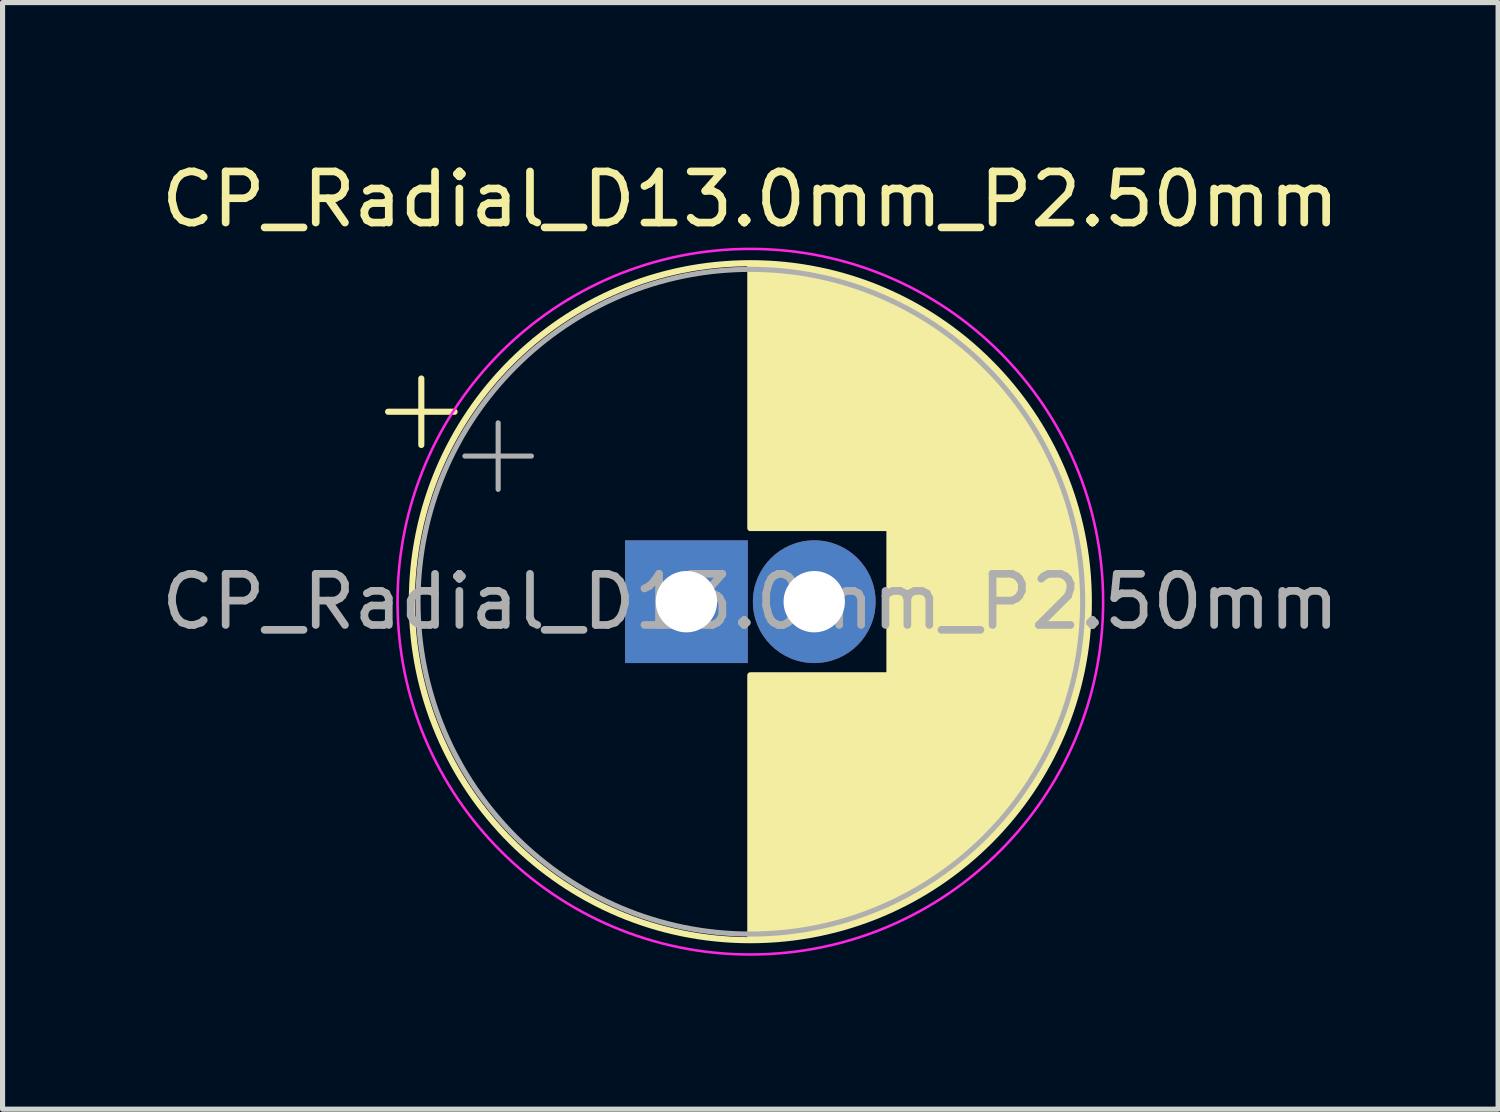
<source format=kicad_pcb>
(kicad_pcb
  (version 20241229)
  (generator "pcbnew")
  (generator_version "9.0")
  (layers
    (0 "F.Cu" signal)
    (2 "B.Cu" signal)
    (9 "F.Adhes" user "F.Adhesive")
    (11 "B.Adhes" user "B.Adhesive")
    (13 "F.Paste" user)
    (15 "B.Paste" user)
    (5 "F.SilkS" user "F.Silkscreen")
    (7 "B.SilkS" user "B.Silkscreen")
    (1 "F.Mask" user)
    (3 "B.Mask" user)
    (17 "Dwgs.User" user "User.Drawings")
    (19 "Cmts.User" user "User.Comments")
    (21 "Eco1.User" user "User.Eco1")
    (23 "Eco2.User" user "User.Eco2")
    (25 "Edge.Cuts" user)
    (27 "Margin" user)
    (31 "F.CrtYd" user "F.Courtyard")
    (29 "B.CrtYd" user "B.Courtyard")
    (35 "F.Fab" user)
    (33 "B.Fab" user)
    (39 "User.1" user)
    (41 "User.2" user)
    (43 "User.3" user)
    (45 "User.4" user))
  (footprint "CP_Radial_D13.0mm_P2.50mm"
    (layer "F.Cu")
    (at 10.375 8.718)
    (property "Reference" "CP_Radial_D13.0mm_P2.50mm" (at 1.25 -7.87 0) (layer "F.SilkS") (effects (font (size 1 1) (thickness 0.15))))
    (attr through_hole)
    (fp_line (start -5.835 -3.715) (end -4.535 -3.715) (stroke (width 0.12) (type solid)) (layer "F.SilkS"))
    (fp_line (start -5.185 -4.365) (end -5.185 -3.065) (stroke (width 0.12) (type solid)) (layer "F.SilkS"))
    (fp_line (start 1.25 -6.58) (end 1.25 -1.44) (stroke (width 0.12) (type solid)) (layer "F.SilkS"))
    (fp_line (start 1.25 1.44) (end 1.25 6.58) (stroke (width 0.12) (type solid)) (layer "F.SilkS"))
    (fp_line (start 1.29 -6.58) (end 1.29 -1.44) (stroke (width 0.12) (type solid)) (layer "F.SilkS"))
    (fp_line (start 1.29 1.44) (end 1.29 6.58) (stroke (width 0.12) (type solid)) (layer "F.SilkS"))
    (fp_line (start 1.33 -6.58) (end 1.33 -1.44) (stroke (width 0.12) (type solid)) (layer "F.SilkS"))
    (fp_line (start 1.33 1.44) (end 1.33 6.58) (stroke (width 0.12) (type solid)) (layer "F.SilkS"))
    (fp_line (start 1.37 -6.579) (end 1.37 -1.44) (stroke (width 0.12) (type solid)) (layer "F.SilkS"))
    (fp_line (start 1.37 1.44) (end 1.37 6.579) (stroke (width 0.12) (type solid)) (layer "F.SilkS"))
    (fp_line (start 1.41 -6.579) (end 1.41 -1.44) (stroke (width 0.12) (type solid)) (layer "F.SilkS"))
    (fp_line (start 1.41 1.44) (end 1.41 6.579) (stroke (width 0.12) (type solid)) (layer "F.SilkS"))
    (fp_line (start 1.45 -6.577) (end 1.45 -1.44) (stroke (width 0.12) (type solid)) (layer "F.SilkS"))
    (fp_line (start 1.45 1.44) (end 1.45 6.577) (stroke (width 0.12) (type solid)) (layer "F.SilkS"))
    (fp_line (start 1.49 -6.576) (end 1.49 -1.44) (stroke (width 0.12) (type solid)) (layer "F.SilkS"))
    (fp_line (start 1.49 1.44) (end 1.49 6.576) (stroke (width 0.12) (type solid)) (layer "F.SilkS"))
    (fp_line (start 1.53 -6.575) (end 1.53 -1.44) (stroke (width 0.12) (type solid)) (layer "F.SilkS"))
    (fp_line (start 1.53 1.44) (end 1.53 6.575) (stroke (width 0.12) (type solid)) (layer "F.SilkS"))
    (fp_line (start 1.57 -6.573) (end 1.57 -1.44) (stroke (width 0.12) (type solid)) (layer "F.SilkS"))
    (fp_line (start 1.57 1.44) (end 1.57 6.573) (stroke (width 0.12) (type solid)) (layer "F.SilkS"))
    (fp_line (start 1.61 -6.571) (end 1.61 -1.44) (stroke (width 0.12) (type solid)) (layer "F.SilkS"))
    (fp_line (start 1.61 1.44) (end 1.61 6.571) (stroke (width 0.12) (type solid)) (layer "F.SilkS"))
    (fp_line (start 1.65 -6.568) (end 1.65 -1.44) (stroke (width 0.12) (type solid)) (layer "F.SilkS"))
    (fp_line (start 1.65 1.44) (end 1.65 6.568) (stroke (width 0.12) (type solid)) (layer "F.SilkS"))
    (fp_line (start 1.69 -6.566) (end 1.69 -1.44) (stroke (width 0.12) (type solid)) (layer "F.SilkS"))
    (fp_line (start 1.69 1.44) (end 1.69 6.566) (stroke (width 0.12) (type solid)) (layer "F.SilkS"))
    (fp_line (start 1.73 -6.563) (end 1.73 -1.44) (stroke (width 0.12) (type solid)) (layer "F.SilkS"))
    (fp_line (start 1.73 1.44) (end 1.73 6.563) (stroke (width 0.12) (type solid)) (layer "F.SilkS"))
    (fp_line (start 1.77 -6.56) (end 1.77 -1.44) (stroke (width 0.12) (type solid)) (layer "F.SilkS"))
    (fp_line (start 1.77 1.44) (end 1.77 6.56) (stroke (width 0.12) (type solid)) (layer "F.SilkS"))
    (fp_line (start 1.81 -6.557) (end 1.81 -1.44) (stroke (width 0.12) (type solid)) (layer "F.SilkS"))
    (fp_line (start 1.81 1.44) (end 1.81 6.557) (stroke (width 0.12) (type solid)) (layer "F.SilkS"))
    (fp_line (start 1.85 -6.553) (end 1.85 -1.44) (stroke (width 0.12) (type solid)) (layer "F.SilkS"))
    (fp_line (start 1.85 1.44) (end 1.85 6.553) (stroke (width 0.12) (type solid)) (layer "F.SilkS"))
    (fp_line (start 1.89 -6.549) (end 1.89 -1.44) (stroke (width 0.12) (type solid)) (layer "F.SilkS"))
    (fp_line (start 1.89 1.44) (end 1.89 6.549) (stroke (width 0.12) (type solid)) (layer "F.SilkS"))
    (fp_line (start 1.93 -6.545) (end 1.93 -1.44) (stroke (width 0.12) (type solid)) (layer "F.SilkS"))
    (fp_line (start 1.93 1.44) (end 1.93 6.545) (stroke (width 0.12) (type solid)) (layer "F.SilkS"))
    (fp_line (start 1.971 -6.541) (end 1.971 -1.44) (stroke (width 0.12) (type solid)) (layer "F.SilkS"))
    (fp_line (start 1.971 1.44) (end 1.971 6.541) (stroke (width 0.12) (type solid)) (layer "F.SilkS"))
    (fp_line (start 2.011 -6.537) (end 2.011 -1.44) (stroke (width 0.12) (type solid)) (layer "F.SilkS"))
    (fp_line (start 2.011 1.44) (end 2.011 6.537) (stroke (width 0.12) (type solid)) (layer "F.SilkS"))
    (fp_line (start 2.051 -6.532) (end 2.051 -1.44) (stroke (width 0.12) (type solid)) (layer "F.SilkS"))
    (fp_line (start 2.051 1.44) (end 2.051 6.532) (stroke (width 0.12) (type solid)) (layer "F.SilkS"))
    (fp_line (start 2.091 -6.527) (end 2.091 -1.44) (stroke (width 0.12) (type solid)) (layer "F.SilkS"))
    (fp_line (start 2.091 1.44) (end 2.091 6.527) (stroke (width 0.12) (type solid)) (layer "F.SilkS"))
    (fp_line (start 2.131 -6.522) (end 2.131 -1.44) (stroke (width 0.12) (type solid)) (layer "F.SilkS"))
    (fp_line (start 2.131 1.44) (end 2.131 6.522) (stroke (width 0.12) (type solid)) (layer "F.SilkS"))
    (fp_line (start 2.171 -6.516) (end 2.171 -1.44) (stroke (width 0.12) (type solid)) (layer "F.SilkS"))
    (fp_line (start 2.171 1.44) (end 2.171 6.516) (stroke (width 0.12) (type solid)) (layer "F.SilkS"))
    (fp_line (start 2.211 -6.511) (end 2.211 -1.44) (stroke (width 0.12) (type solid)) (layer "F.SilkS"))
    (fp_line (start 2.211 1.44) (end 2.211 6.511) (stroke (width 0.12) (type solid)) (layer "F.SilkS"))
    (fp_line (start 2.251 -6.505) (end 2.251 -1.44) (stroke (width 0.12) (type solid)) (layer "F.SilkS"))
    (fp_line (start 2.251 1.44) (end 2.251 6.505) (stroke (width 0.12) (type solid)) (layer "F.SilkS"))
    (fp_line (start 2.291 -6.498) (end 2.291 -1.44) (stroke (width 0.12) (type solid)) (layer "F.SilkS"))
    (fp_line (start 2.291 1.44) (end 2.291 6.498) (stroke (width 0.12) (type solid)) (layer "F.SilkS"))
    (fp_line (start 2.331 -6.492) (end 2.331 -1.44) (stroke (width 0.12) (type solid)) (layer "F.SilkS"))
    (fp_line (start 2.331 1.44) (end 2.331 6.492) (stroke (width 0.12) (type solid)) (layer "F.SilkS"))
    (fp_line (start 2.371 -6.485) (end 2.371 -1.44) (stroke (width 0.12) (type solid)) (layer "F.SilkS"))
    (fp_line (start 2.371 1.44) (end 2.371 6.485) (stroke (width 0.12) (type solid)) (layer "F.SilkS"))
    (fp_line (start 2.411 -6.478) (end 2.411 -1.44) (stroke (width 0.12) (type solid)) (layer "F.SilkS"))
    (fp_line (start 2.411 1.44) (end 2.411 6.478) (stroke (width 0.12) (type solid)) (layer "F.SilkS"))
    (fp_line (start 2.451 -6.471) (end 2.451 -1.44) (stroke (width 0.12) (type solid)) (layer "F.SilkS"))
    (fp_line (start 2.451 1.44) (end 2.451 6.471) (stroke (width 0.12) (type solid)) (layer "F.SilkS"))
    (fp_line (start 2.491 -6.463) (end 2.491 -1.44) (stroke (width 0.12) (type solid)) (layer "F.SilkS"))
    (fp_line (start 2.491 1.44) (end 2.491 6.463) (stroke (width 0.12) (type solid)) (layer "F.SilkS"))
    (fp_line (start 2.531 -6.456) (end 2.531 -1.44) (stroke (width 0.12) (type solid)) (layer "F.SilkS"))
    (fp_line (start 2.531 1.44) (end 2.531 6.456) (stroke (width 0.12) (type solid)) (layer "F.SilkS"))
    (fp_line (start 2.571 -6.448) (end 2.571 -1.44) (stroke (width 0.12) (type solid)) (layer "F.SilkS"))
    (fp_line (start 2.571 1.44) (end 2.571 6.448) (stroke (width 0.12) (type solid)) (layer "F.SilkS"))
    (fp_line (start 2.611 -6.439) (end 2.611 -1.44) (stroke (width 0.12) (type solid)) (layer "F.SilkS"))
    (fp_line (start 2.611 1.44) (end 2.611 6.439) (stroke (width 0.12) (type solid)) (layer "F.SilkS"))
    (fp_line (start 2.651 -6.431) (end 2.651 -1.44) (stroke (width 0.12) (type solid)) (layer "F.SilkS"))
    (fp_line (start 2.651 1.44) (end 2.651 6.431) (stroke (width 0.12) (type solid)) (layer "F.SilkS"))
    (fp_line (start 2.691 -6.422) (end 2.691 -1.44) (stroke (width 0.12) (type solid)) (layer "F.SilkS"))
    (fp_line (start 2.691 1.44) (end 2.691 6.422) (stroke (width 0.12) (type solid)) (layer "F.SilkS"))
    (fp_line (start 2.731 -6.413) (end 2.731 -1.44) (stroke (width 0.12) (type solid)) (layer "F.SilkS"))
    (fp_line (start 2.731 1.44) (end 2.731 6.413) (stroke (width 0.12) (type solid)) (layer "F.SilkS"))
    (fp_line (start 2.771 -6.404) (end 2.771 -1.44) (stroke (width 0.12) (type solid)) (layer "F.SilkS"))
    (fp_line (start 2.771 1.44) (end 2.771 6.404) (stroke (width 0.12) (type solid)) (layer "F.SilkS"))
    (fp_line (start 2.811 -6.394) (end 2.811 -1.44) (stroke (width 0.12) (type solid)) (layer "F.SilkS"))
    (fp_line (start 2.811 1.44) (end 2.811 6.394) (stroke (width 0.12) (type solid)) (layer "F.SilkS"))
    (fp_line (start 2.851 -6.384) (end 2.851 -1.44) (stroke (width 0.12) (type solid)) (layer "F.SilkS"))
    (fp_line (start 2.851 1.44) (end 2.851 6.384) (stroke (width 0.12) (type solid)) (layer "F.SilkS"))
    (fp_line (start 2.891 -6.374) (end 2.891 -1.44) (stroke (width 0.12) (type solid)) (layer "F.SilkS"))
    (fp_line (start 2.891 1.44) (end 2.891 6.374) (stroke (width 0.12) (type solid)) (layer "F.SilkS"))
    (fp_line (start 2.931 -6.364) (end 2.931 -1.44) (stroke (width 0.12) (type solid)) (layer "F.SilkS"))
    (fp_line (start 2.931 1.44) (end 2.931 6.364) (stroke (width 0.12) (type solid)) (layer "F.SilkS"))
    (fp_line (start 2.971 -6.353) (end 2.971 -1.44) (stroke (width 0.12) (type solid)) (layer "F.SilkS"))
    (fp_line (start 2.971 1.44) (end 2.971 6.353) (stroke (width 0.12) (type solid)) (layer "F.SilkS"))
    (fp_line (start 3.011 -6.342) (end 3.011 -1.44) (stroke (width 0.12) (type solid)) (layer "F.SilkS"))
    (fp_line (start 3.011 1.44) (end 3.011 6.342) (stroke (width 0.12) (type solid)) (layer "F.SilkS"))
    (fp_line (start 3.051 -6.331) (end 3.051 -1.44) (stroke (width 0.12) (type solid)) (layer "F.SilkS"))
    (fp_line (start 3.051 1.44) (end 3.051 6.331) (stroke (width 0.12) (type solid)) (layer "F.SilkS"))
    (fp_line (start 3.091 -6.32) (end 3.091 -1.44) (stroke (width 0.12) (type solid)) (layer "F.SilkS"))
    (fp_line (start 3.091 1.44) (end 3.091 6.32) (stroke (width 0.12) (type solid)) (layer "F.SilkS"))
    (fp_line (start 3.131 -6.308) (end 3.131 -1.44) (stroke (width 0.12) (type solid)) (layer "F.SilkS"))
    (fp_line (start 3.131 1.44) (end 3.131 6.308) (stroke (width 0.12) (type solid)) (layer "F.SilkS"))
    (fp_line (start 3.171 -6.296) (end 3.171 -1.44) (stroke (width 0.12) (type solid)) (layer "F.SilkS"))
    (fp_line (start 3.171 1.44) (end 3.171 6.296) (stroke (width 0.12) (type solid)) (layer "F.SilkS"))
    (fp_line (start 3.211 -6.284) (end 3.211 -1.44) (stroke (width 0.12) (type solid)) (layer "F.SilkS"))
    (fp_line (start 3.211 1.44) (end 3.211 6.284) (stroke (width 0.12) (type solid)) (layer "F.SilkS"))
    (fp_line (start 3.251 -6.271) (end 3.251 -1.44) (stroke (width 0.12) (type solid)) (layer "F.SilkS"))
    (fp_line (start 3.251 1.44) (end 3.251 6.271) (stroke (width 0.12) (type solid)) (layer "F.SilkS"))
    (fp_line (start 3.291 -6.258) (end 3.291 -1.44) (stroke (width 0.12) (type solid)) (layer "F.SilkS"))
    (fp_line (start 3.291 1.44) (end 3.291 6.258) (stroke (width 0.12) (type solid)) (layer "F.SilkS"))
    (fp_line (start 3.331 -6.245) (end 3.331 -1.44) (stroke (width 0.12) (type solid)) (layer "F.SilkS"))
    (fp_line (start 3.331 1.44) (end 3.331 6.245) (stroke (width 0.12) (type solid)) (layer "F.SilkS"))
    (fp_line (start 3.371 -6.232) (end 3.371 -1.44) (stroke (width 0.12) (type solid)) (layer "F.SilkS"))
    (fp_line (start 3.371 1.44) (end 3.371 6.232) (stroke (width 0.12) (type solid)) (layer "F.SilkS"))
    (fp_line (start 3.411 -6.218) (end 3.411 -1.44) (stroke (width 0.12) (type solid)) (layer "F.SilkS"))
    (fp_line (start 3.411 1.44) (end 3.411 6.218) (stroke (width 0.12) (type solid)) (layer "F.SilkS"))
    (fp_line (start 3.451 -6.204) (end 3.451 -1.44) (stroke (width 0.12) (type solid)) (layer "F.SilkS"))
    (fp_line (start 3.451 1.44) (end 3.451 6.204) (stroke (width 0.12) (type solid)) (layer "F.SilkS"))
    (fp_line (start 3.491 -6.19) (end 3.491 -1.44) (stroke (width 0.12) (type solid)) (layer "F.SilkS"))
    (fp_line (start 3.491 1.44) (end 3.491 6.19) (stroke (width 0.12) (type solid)) (layer "F.SilkS"))
    (fp_line (start 3.531 -6.175) (end 3.531 -1.44) (stroke (width 0.12) (type solid)) (layer "F.SilkS"))
    (fp_line (start 3.531 1.44) (end 3.531 6.175) (stroke (width 0.12) (type solid)) (layer "F.SilkS"))
    (fp_line (start 3.571 -6.161) (end 3.571 -1.44) (stroke (width 0.12) (type solid)) (layer "F.SilkS"))
    (fp_line (start 3.571 1.44) (end 3.571 6.161) (stroke (width 0.12) (type solid)) (layer "F.SilkS"))
    (fp_line (start 3.611 -6.146) (end 3.611 -1.44) (stroke (width 0.12) (type solid)) (layer "F.SilkS"))
    (fp_line (start 3.611 1.44) (end 3.611 6.146) (stroke (width 0.12) (type solid)) (layer "F.SilkS"))
    (fp_line (start 3.651 -6.13) (end 3.651 -1.44) (stroke (width 0.12) (type solid)) (layer "F.SilkS"))
    (fp_line (start 3.651 1.44) (end 3.651 6.13) (stroke (width 0.12) (type solid)) (layer "F.SilkS"))
    (fp_line (start 3.691 -6.114) (end 3.691 -1.44) (stroke (width 0.12) (type solid)) (layer "F.SilkS"))
    (fp_line (start 3.691 1.44) (end 3.691 6.114) (stroke (width 0.12) (type solid)) (layer "F.SilkS"))
    (fp_line (start 3.731 -6.098) (end 3.731 -1.44) (stroke (width 0.12) (type solid)) (layer "F.SilkS"))
    (fp_line (start 3.731 1.44) (end 3.731 6.098) (stroke (width 0.12) (type solid)) (layer "F.SilkS"))
    (fp_line (start 3.771 -6.082) (end 3.771 -1.44) (stroke (width 0.12) (type solid)) (layer "F.SilkS"))
    (fp_line (start 3.771 1.44) (end 3.771 6.082) (stroke (width 0.12) (type solid)) (layer "F.SilkS"))
    (fp_line (start 3.811 -6.065) (end 3.811 -1.44) (stroke (width 0.12) (type solid)) (layer "F.SilkS"))
    (fp_line (start 3.811 1.44) (end 3.811 6.065) (stroke (width 0.12) (type solid)) (layer "F.SilkS"))
    (fp_line (start 3.851 -6.049) (end 3.851 -1.44) (stroke (width 0.12) (type solid)) (layer "F.SilkS"))
    (fp_line (start 3.851 1.44) (end 3.851 6.049) (stroke (width 0.12) (type solid)) (layer "F.SilkS"))
    (fp_line (start 3.891 -6.031) (end 3.891 -1.44) (stroke (width 0.12) (type solid)) (layer "F.SilkS"))
    (fp_line (start 3.891 1.44) (end 3.891 6.031) (stroke (width 0.12) (type solid)) (layer "F.SilkS"))
    (fp_line (start 3.931 -6.014) (end 3.931 -1.44) (stroke (width 0.12) (type solid)) (layer "F.SilkS"))
    (fp_line (start 3.931 1.44) (end 3.931 6.014) (stroke (width 0.12) (type solid)) (layer "F.SilkS"))
    (fp_line (start 3.971 -5.996) (end 3.971 5.996) (stroke (width 0.12) (type solid)) (layer "F.SilkS"))
    (fp_line (start 4.011 -5.978) (end 4.011 5.978) (stroke (width 0.12) (type solid)) (layer "F.SilkS"))
    (fp_line (start 4.051 -5.959) (end 4.051 5.959) (stroke (width 0.12) (type solid)) (layer "F.SilkS"))
    (fp_line (start 4.091 -5.94) (end 4.091 5.94) (stroke (width 0.12) (type solid)) (layer "F.SilkS"))
    (fp_line (start 4.131 -5.921) (end 4.131 5.921) (stroke (width 0.12) (type solid)) (layer "F.SilkS"))
    (fp_line (start 4.171 -5.902) (end 4.171 5.902) (stroke (width 0.12) (type solid)) (layer "F.SilkS"))
    (fp_line (start 4.211 -5.882) (end 4.211 5.882) (stroke (width 0.12) (type solid)) (layer "F.SilkS"))
    (fp_line (start 4.251 -5.862) (end 4.251 5.862) (stroke (width 0.12) (type solid)) (layer "F.SilkS"))
    (fp_line (start 4.291 -5.841) (end 4.291 5.841) (stroke (width 0.12) (type solid)) (layer "F.SilkS"))
    (fp_line (start 4.331 -5.82) (end 4.331 5.82) (stroke (width 0.12) (type solid)) (layer "F.SilkS"))
    (fp_line (start 4.371 -5.799) (end 4.371 5.799) (stroke (width 0.12) (type solid)) (layer "F.SilkS"))
    (fp_line (start 4.411 -5.778) (end 4.411 5.778) (stroke (width 0.12) (type solid)) (layer "F.SilkS"))
    (fp_line (start 4.451 -5.756) (end 4.451 5.756) (stroke (width 0.12) (type solid)) (layer "F.SilkS"))
    (fp_line (start 4.491 -5.733) (end 4.491 5.733) (stroke (width 0.12) (type solid)) (layer "F.SilkS"))
    (fp_line (start 4.531 -5.711) (end 4.531 5.711) (stroke (width 0.12) (type solid)) (layer "F.SilkS"))
    (fp_line (start 4.571 -5.688) (end 4.571 5.688) (stroke (width 0.12) (type solid)) (layer "F.SilkS"))
    (fp_line (start 4.611 -5.664) (end 4.611 5.664) (stroke (width 0.12) (type solid)) (layer "F.SilkS"))
    (fp_line (start 4.651 -5.641) (end 4.651 5.641) (stroke (width 0.12) (type solid)) (layer "F.SilkS"))
    (fp_line (start 4.691 -5.617) (end 4.691 5.617) (stroke (width 0.12) (type solid)) (layer "F.SilkS"))
    (fp_line (start 4.731 -5.592) (end 4.731 5.592) (stroke (width 0.12) (type solid)) (layer "F.SilkS"))
    (fp_line (start 4.771 -5.567) (end 4.771 5.567) (stroke (width 0.12) (type solid)) (layer "F.SilkS"))
    (fp_line (start 4.811 -5.542) (end 4.811 5.542) (stroke (width 0.12) (type solid)) (layer "F.SilkS"))
    (fp_line (start 4.851 -5.516) (end 4.851 5.516) (stroke (width 0.12) (type solid)) (layer "F.SilkS"))
    (fp_line (start 4.891 -5.49) (end 4.891 5.49) (stroke (width 0.12) (type solid)) (layer "F.SilkS"))
    (fp_line (start 4.931 -5.463) (end 4.931 5.463) (stroke (width 0.12) (type solid)) (layer "F.SilkS"))
    (fp_line (start 4.971 -5.436) (end 4.971 5.436) (stroke (width 0.12) (type solid)) (layer "F.SilkS"))
    (fp_line (start 5.011 -5.409) (end 5.011 5.409) (stroke (width 0.12) (type solid)) (layer "F.SilkS"))
    (fp_line (start 5.051 -5.381) (end 5.051 5.381) (stroke (width 0.12) (type solid)) (layer "F.SilkS"))
    (fp_line (start 5.091 -5.353) (end 5.091 5.353) (stroke (width 0.12) (type solid)) (layer "F.SilkS"))
    (fp_line (start 5.131 -5.324) (end 5.131 5.324) (stroke (width 0.12) (type solid)) (layer "F.SilkS"))
    (fp_line (start 5.171 -5.295) (end 5.171 5.295) (stroke (width 0.12) (type solid)) (layer "F.SilkS"))
    (fp_line (start 5.211 -5.265) (end 5.211 5.265) (stroke (width 0.12) (type solid)) (layer "F.SilkS"))
    (fp_line (start 5.251 -5.235) (end 5.251 5.235) (stroke (width 0.12) (type solid)) (layer "F.SilkS"))
    (fp_line (start 5.291 -5.205) (end 5.291 5.205) (stroke (width 0.12) (type solid)) (layer "F.SilkS"))
    (fp_line (start 5.331 -5.174) (end 5.331 5.174) (stroke (width 0.12) (type solid)) (layer "F.SilkS"))
    (fp_line (start 5.371 -5.142) (end 5.371 5.142) (stroke (width 0.12) (type solid)) (layer "F.SilkS"))
    (fp_line (start 5.411 -5.11) (end 5.411 5.11) (stroke (width 0.12) (type solid)) (layer "F.SilkS"))
    (fp_line (start 5.451 -5.078) (end 5.451 5.078) (stroke (width 0.12) (type solid)) (layer "F.SilkS"))
    (fp_line (start 5.491 -5.044) (end 5.491 5.044) (stroke (width 0.12) (type solid)) (layer "F.SilkS"))
    (fp_line (start 5.531 -5.011) (end 5.531 5.011) (stroke (width 0.12) (type solid)) (layer "F.SilkS"))
    (fp_line (start 5.571 -4.977) (end 5.571 4.977) (stroke (width 0.12) (type solid)) (layer "F.SilkS"))
    (fp_line (start 5.611 -4.942) (end 5.611 4.942) (stroke (width 0.12) (type solid)) (layer "F.SilkS"))
    (fp_line (start 5.651 -4.907) (end 5.651 4.907) (stroke (width 0.12) (type solid)) (layer "F.SilkS"))
    (fp_line (start 5.691 -4.871) (end 5.691 4.871) (stroke (width 0.12) (type solid)) (layer "F.SilkS"))
    (fp_line (start 5.731 -4.834) (end 5.731 4.834) (stroke (width 0.12) (type solid)) (layer "F.SilkS"))
    (fp_line (start 5.771 -4.797) (end 5.771 4.797) (stroke (width 0.12) (type solid)) (layer "F.SilkS"))
    (fp_line (start 5.811 -4.76) (end 5.811 4.76) (stroke (width 0.12) (type solid)) (layer "F.SilkS"))
    (fp_line (start 5.851 -4.721) (end 5.851 4.721) (stroke (width 0.12) (type solid)) (layer "F.SilkS"))
    (fp_line (start 5.891 -4.682) (end 5.891 4.682) (stroke (width 0.12) (type solid)) (layer "F.SilkS"))
    (fp_line (start 5.931 -4.643) (end 5.931 4.643) (stroke (width 0.12) (type solid)) (layer "F.SilkS"))
    (fp_line (start 5.971 -4.602) (end 5.971 4.602) (stroke (width 0.12) (type solid)) (layer "F.SilkS"))
    (fp_line (start 6.011 -4.561) (end 6.011 4.561) (stroke (width 0.12) (type solid)) (layer "F.SilkS"))
    (fp_line (start 6.051 -4.519) (end 6.051 4.519) (stroke (width 0.12) (type solid)) (layer "F.SilkS"))
    (fp_line (start 6.091 -4.477) (end 6.091 4.477) (stroke (width 0.12) (type solid)) (layer "F.SilkS"))
    (fp_line (start 6.131 -4.434) (end 6.131 4.434) (stroke (width 0.12) (type solid)) (layer "F.SilkS"))
    (fp_line (start 6.171 -4.39) (end 6.171 4.39) (stroke (width 0.12) (type solid)) (layer "F.SilkS"))
    (fp_line (start 6.211 -4.345) (end 6.211 4.345) (stroke (width 0.12) (type solid)) (layer "F.SilkS"))
    (fp_line (start 6.251 -4.299) (end 6.251 4.299) (stroke (width 0.12) (type solid)) (layer "F.SilkS"))
    (fp_line (start 6.291 -4.253) (end 6.291 4.253) (stroke (width 0.12) (type solid)) (layer "F.SilkS"))
    (fp_line (start 6.331 -4.205) (end 6.331 4.205) (stroke (width 0.12) (type solid)) (layer "F.SilkS"))
    (fp_line (start 6.371 -4.157) (end 6.371 4.157) (stroke (width 0.12) (type solid)) (layer "F.SilkS"))
    (fp_line (start 6.411 -4.108) (end 6.411 4.108) (stroke (width 0.12) (type solid)) (layer "F.SilkS"))
    (fp_line (start 6.451 -4.057) (end 6.451 4.057) (stroke (width 0.12) (type solid)) (layer "F.SilkS"))
    (fp_line (start 6.491 -4.006) (end 6.491 4.006) (stroke (width 0.12) (type solid)) (layer "F.SilkS"))
    (fp_line (start 6.531 -3.954) (end 6.531 3.954) (stroke (width 0.12) (type solid)) (layer "F.SilkS"))
    (fp_line (start 6.571 -3.9) (end 6.571 3.9) (stroke (width 0.12) (type solid)) (layer "F.SilkS"))
    (fp_line (start 6.611 -3.846) (end 6.611 3.846) (stroke (width 0.12) (type solid)) (layer "F.SilkS"))
    (fp_line (start 6.651 -3.79) (end 6.651 3.79) (stroke (width 0.12) (type solid)) (layer "F.SilkS"))
    (fp_line (start 6.691 -3.733) (end 6.691 3.733) (stroke (width 0.12) (type solid)) (layer "F.SilkS"))
    (fp_line (start 6.731 -3.675) (end 6.731 3.675) (stroke (width 0.12) (type solid)) (layer "F.SilkS"))
    (fp_line (start 6.771 -3.615) (end 6.771 3.615) (stroke (width 0.12) (type solid)) (layer "F.SilkS"))
    (fp_line (start 6.811 -3.554) (end 6.811 3.554) (stroke (width 0.12) (type solid)) (layer "F.SilkS"))
    (fp_line (start 6.851 -3.491) (end 6.851 3.491) (stroke (width 0.12) (type solid)) (layer "F.SilkS"))
    (fp_line (start 6.891 -3.427) (end 6.891 3.427) (stroke (width 0.12) (type solid)) (layer "F.SilkS"))
    (fp_line (start 6.931 -3.361) (end 6.931 3.361) (stroke (width 0.12) (type solid)) (layer "F.SilkS"))
    (fp_line (start 6.971 -3.293) (end 6.971 3.293) (stroke (width 0.12) (type solid)) (layer "F.SilkS"))
    (fp_line (start 7.011 -3.223) (end 7.011 3.223) (stroke (width 0.12) (type solid)) (layer "F.SilkS"))
    (fp_line (start 7.051 -3.152) (end 7.051 3.152) (stroke (width 0.12) (type solid)) (layer "F.SilkS"))
    (fp_line (start 7.091 -3.078) (end 7.091 3.078) (stroke (width 0.12) (type solid)) (layer "F.SilkS"))
    (fp_line (start 7.131 -3.002) (end 7.131 3.002) (stroke (width 0.12) (type solid)) (layer "F.SilkS"))
    (fp_line (start 7.171 -2.923) (end 7.171 2.923) (stroke (width 0.12) (type solid)) (layer "F.SilkS"))
    (fp_line (start 7.211 -2.842) (end 7.211 2.842) (stroke (width 0.12) (type solid)) (layer "F.SilkS"))
    (fp_line (start 7.251 -2.758) (end 7.251 2.758) (stroke (width 0.12) (type solid)) (layer "F.SilkS"))
    (fp_line (start 7.291 -2.67) (end 7.291 2.67) (stroke (width 0.12) (type solid)) (layer "F.SilkS"))
    (fp_line (start 7.331 -2.579) (end 7.331 2.579) (stroke (width 0.12) (type solid)) (layer "F.SilkS"))
    (fp_line (start 7.371 -2.484) (end 7.371 2.484) (stroke (width 0.12) (type solid)) (layer "F.SilkS"))
    (fp_line (start 7.411 -2.385) (end 7.411 2.385) (stroke (width 0.12) (type solid)) (layer "F.SilkS"))
    (fp_line (start 7.451 -2.281) (end 7.451 2.281) (stroke (width 0.12) (type solid)) (layer "F.SilkS"))
    (fp_line (start 7.491 -2.171) (end 7.491 2.171) (stroke (width 0.12) (type solid)) (layer "F.SilkS"))
    (fp_line (start 7.531 -2.055) (end 7.531 2.055) (stroke (width 0.12) (type solid)) (layer "F.SilkS"))
    (fp_line (start 7.571 -1.931) (end 7.571 1.931) (stroke (width 0.12) (type solid)) (layer "F.SilkS"))
    (fp_line (start 7.611 -1.798) (end 7.611 1.798) (stroke (width 0.12) (type solid)) (layer "F.SilkS"))
    (fp_line (start 7.651 -1.653) (end 7.651 1.653) (stroke (width 0.12) (type solid)) (layer "F.SilkS"))
    (fp_line (start 7.691 -1.494) (end 7.691 1.494) (stroke (width 0.12) (type solid)) (layer "F.SilkS"))
    (fp_line (start 7.731 -1.315) (end 7.731 1.315) (stroke (width 0.12) (type solid)) (layer "F.SilkS"))
    (fp_line (start 7.771 -1.107) (end 7.771 1.107) (stroke (width 0.12) (type solid)) (layer "F.SilkS"))
    (fp_line (start 7.811 -0.85) (end 7.811 0.85) (stroke (width 0.12) (type solid)) (layer "F.SilkS"))
    (fp_line (start 7.851 -0.475) (end 7.851 0.475) (stroke (width 0.12) (type solid)) (layer "F.SilkS"))
    (fp_circle (center 1.25 0) (end 7.87 0) (stroke (width 0.12) (type solid)) (fill no) (layer "F.SilkS"))
    (fp_circle (center 1.25 0) (end 8.15 0) (stroke (width 0.05) (type solid)) (fill no) (layer "F.CrtYd"))
    (fp_line (start -4.332 -2.848) (end -3.032 -2.848) (stroke (width 0.1) (type solid)) (layer "F.Fab"))
    (fp_line (start -3.682 -3.498) (end -3.682 -2.197) (stroke (width 0.1) (type solid)) (layer "F.Fab"))
    (fp_circle (center 1.25 0) (end 7.75 0) (stroke (width 0.1) (type solid)) (fill no) (layer "F.Fab"))
    (fp_text user "${REFERENCE}" (at 1.25 0 0) (layer "F.Fab") (effects (font (size 1 1) (thickness 0.15))))
    (pad "1" thru_hole rect (at 0 0) (size 2.4 2.4) (drill 1.2) (layers "*.Cu" "*.Mask"))
    (pad "2" thru_hole circle (at 2.5 0) (size 2.4 2.4) (drill 1.2) (layers "*.Cu" "*.Mask")))
  (gr_rect
    (start -3 -3)
    (end 26.25 18.643)
    (stroke (width 0.1) (type default))
    (fill no)
    (layer "Edge.Cuts")))
</source>
